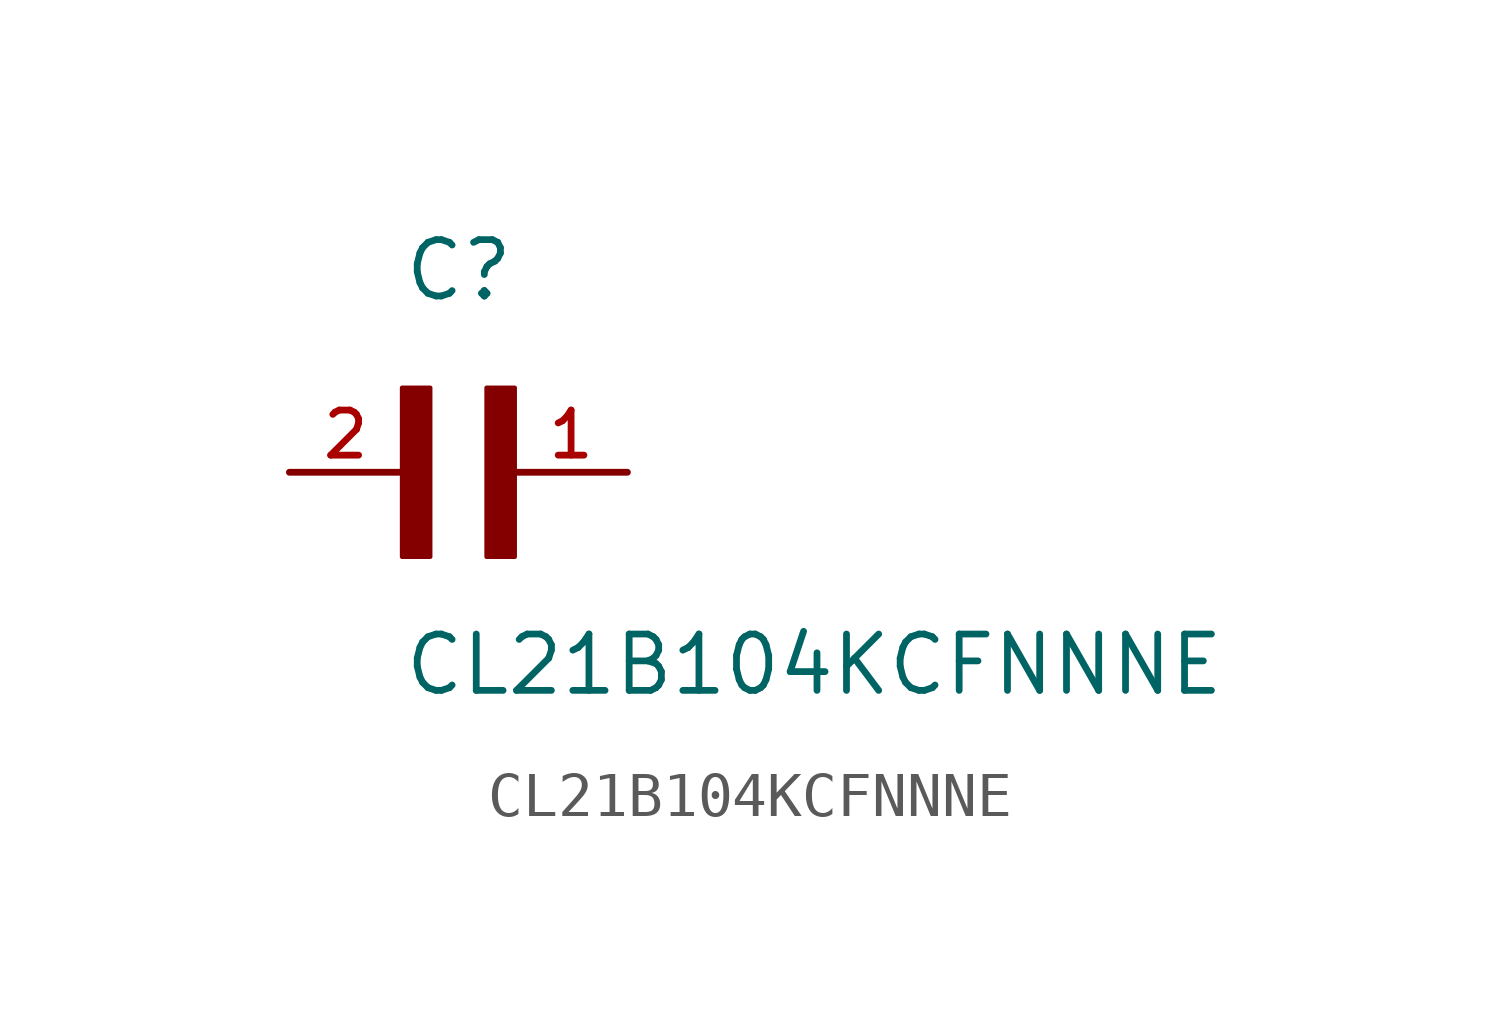
<source format=kicad_sym>
(kicad_symbol_lib
  (version 20211014)
  (generator kicad_symbol_editor)
  (symbol "CL21B104KCFNNNE"
    (pin_names
      (offset 1.016))
    (property "Reference" "C"
      (at 0.0 3.81 0)
      (effects (font (size 1.27 1.27)) (justify bottom left)))
    (property "Value" "CL21B104KCFNNNE"
      (at 0.0 -5.08 0)
      (effects (font (size 1.27 1.27)) (justify bottom left)))
    (symbol "CL21B104KCFNNNE_0_0"
      (rectangle (start 0.0 -1.905) (end 0.635 1.905) (stroke (width 0.1)) (fill (type outline)))
      (rectangle (start 1.905 -1.905) (end 2.54 1.905) (stroke (width 0.1)) (fill (type outline)))
      (pin passive line (at 5.08 0.0 180.0) (length 2.54) (name "~" (effects (font (size 1.016 1.016)))) (number "1" (effects (font (size 1.016 1.016)))))
      (pin passive line (at -2.54 0.0 0) (length 2.54) (name "~" (effects (font (size 1.016 1.016)))) (number "2" (effects (font (size 1.016 1.016))))))))
</source>
